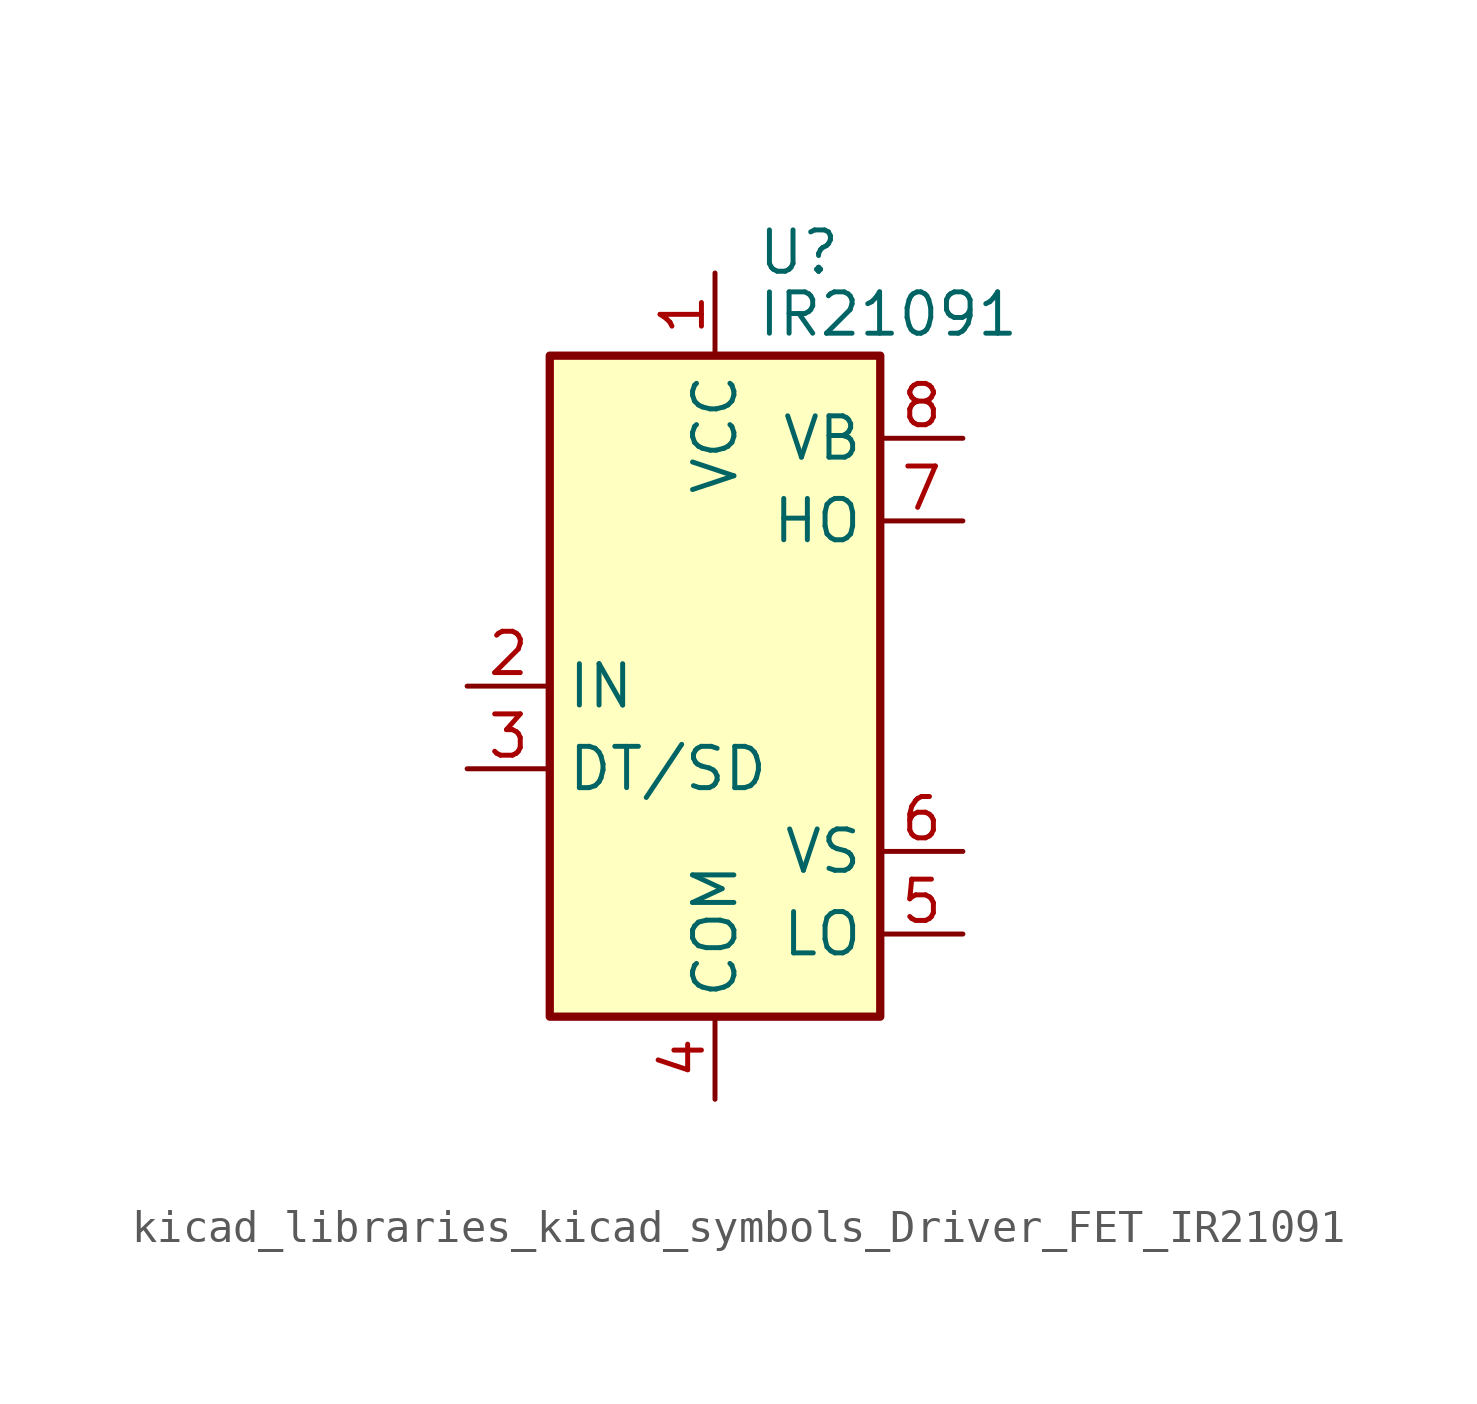
<source format=kicad_sym>
(kicad_symbol_lib
  (version 20220914)
  (generator kicad_symbol_editor)
  (symbol "kicad_libraries_kicad_symbols_Driver_FET_IR21091"
    (property "Reference" "U"
      (at 1.27 13.335 0)
      (effects (font (size 1.27 1.27)) (justify left)))
    (property "Value" "IR21091"
      (at 1.27 11.43 0)
      (effects (font (size 1.27 1.27)) (justify left)))
    (symbol "kicad_libraries_kicad_symbols_Driver_FET_IR21091_0_1"
      (rectangle (start -5.08 -10.16) (end 5.08 10.16) (stroke (width 0.254) (type default)) (fill (type background))))
    (symbol "kicad_libraries_kicad_symbols_Driver_FET_IR21091_1_1"
      (pin power_in line (at 0 12.7 270) (length 2.54) (name "VCC" (effects (font (size 1.27 1.27)))) (number "1" (effects (font (size 1.27 1.27)))))
      (pin input line (at -7.62 0 0) (length 2.54) (name "IN" (effects (font (size 1.27 1.27)))) (number "2" (effects (font (size 1.27 1.27)))))
      (pin input line (at -7.62 -2.54 0) (length 2.54) (name "DT/SD" (effects (font (size 1.27 1.27)))) (number "3" (effects (font (size 1.27 1.27)))))
      (pin power_in line (at 0 -12.7 90) (length 2.54) (name "COM" (effects (font (size 1.27 1.27)))) (number "4" (effects (font (size 1.27 1.27)))))
      (pin output line (at 7.62 -7.62 180) (length 2.54) (name "LO" (effects (font (size 1.27 1.27)))) (number "5" (effects (font (size 1.27 1.27)))))
      (pin passive line (at 7.62 -5.08 180) (length 2.54) (name "VS" (effects (font (size 1.27 1.27)))) (number "6" (effects (font (size 1.27 1.27)))))
      (pin output line (at 7.62 5.08 180) (length 2.54) (name "HO" (effects (font (size 1.27 1.27)))) (number "7" (effects (font (size 1.27 1.27)))))
      (pin passive line (at 7.62 7.62 180) (length 2.54) (name "VB" (effects (font (size 1.27 1.27)))) (number "8" (effects (font (size 1.27 1.27))))))))
</source>
